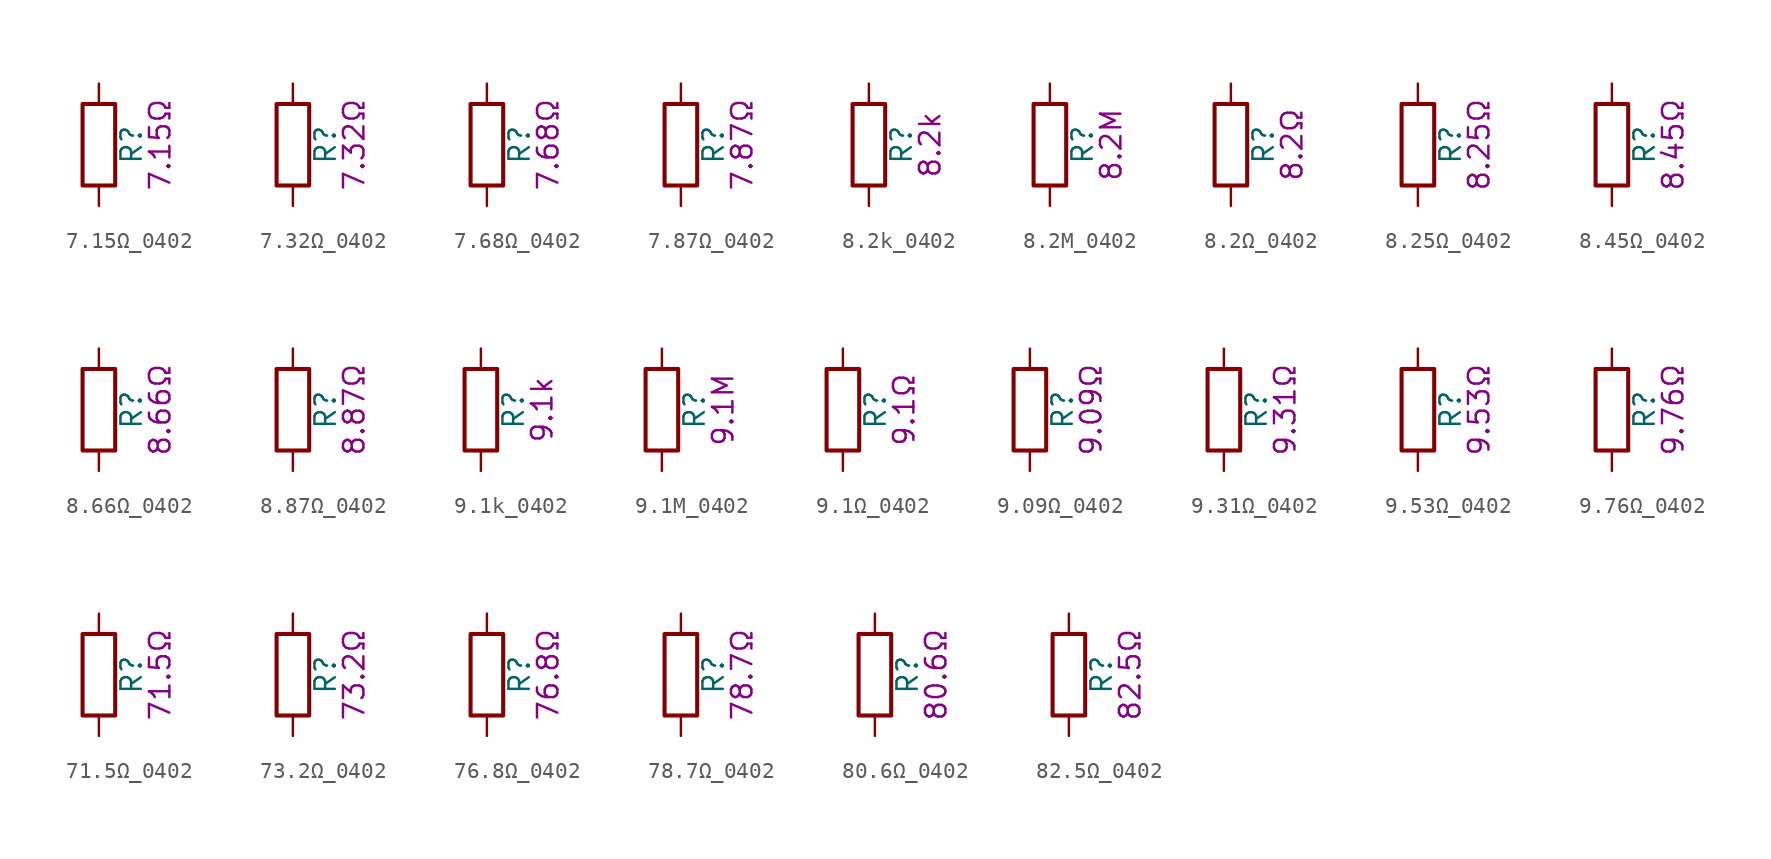
<source format=kicad_sym>
(kicad_symbol_lib
  (version 20211014)
  (generator kicad_symbol_editor)
  (symbol "7.15Ω_0402"
    (pin_numbers hide)
    (pin_names
      (offset 0))
    (property "Reference" "R"
      (at 2.032 0 90)
      (effects (font (size 1.27 1.27))))
    (property "Display" "7.15Ω"
      (at 3.81 0 90)
      (effects (font (size 1.27 1.27))))
    (symbol "7.15Ω_0402_0_1"
      (rectangle (start -1.016 -2.54) (end 1.016 2.54) (stroke (width 0.254) (type default) (color 0 0 0 0)) (fill (type none))))
    (symbol "7.15Ω_0402_1_1"
      (pin passive line (at 0 3.81 270) (length 1.27) (name "~" (effects (font (size 1.27 1.27)))) (number "1" (effects (font (size 1.27 1.27)))))
      (pin passive line (at 0 -3.81 90) (length 1.27) (name "~" (effects (font (size 1.27 1.27)))) (number "2" (effects (font (size 1.27 1.27)))))))
  (symbol "7.32Ω_0402"
    (pin_numbers hide)
    (pin_names
      (offset 0))
    (property "Reference" "R"
      (at 2.032 0 90)
      (effects (font (size 1.27 1.27))))
    (property "Display" "7.32Ω"
      (at 3.81 0 90)
      (effects (font (size 1.27 1.27))))
    (symbol "7.32Ω_0402_0_1"
      (rectangle (start -1.016 -2.54) (end 1.016 2.54) (stroke (width 0.254) (type default) (color 0 0 0 0)) (fill (type none))))
    (symbol "7.32Ω_0402_1_1"
      (pin passive line (at 0 3.81 270) (length 1.27) (name "~" (effects (font (size 1.27 1.27)))) (number "1" (effects (font (size 1.27 1.27)))))
      (pin passive line (at 0 -3.81 90) (length 1.27) (name "~" (effects (font (size 1.27 1.27)))) (number "2" (effects (font (size 1.27 1.27)))))))
  (symbol "7.68Ω_0402"
    (pin_numbers hide)
    (pin_names
      (offset 0))
    (property "Reference" "R"
      (at 2.032 0 90)
      (effects (font (size 1.27 1.27))))
    (property "Display" "7.68Ω"
      (at 3.81 0 90)
      (effects (font (size 1.27 1.27))))
    (symbol "7.68Ω_0402_0_1"
      (rectangle (start -1.016 -2.54) (end 1.016 2.54) (stroke (width 0.254) (type default) (color 0 0 0 0)) (fill (type none))))
    (symbol "7.68Ω_0402_1_1"
      (pin passive line (at 0 3.81 270) (length 1.27) (name "~" (effects (font (size 1.27 1.27)))) (number "1" (effects (font (size 1.27 1.27)))))
      (pin passive line (at 0 -3.81 90) (length 1.27) (name "~" (effects (font (size 1.27 1.27)))) (number "2" (effects (font (size 1.27 1.27)))))))
  (symbol "7.87Ω_0402"
    (pin_numbers hide)
    (pin_names
      (offset 0))
    (property "Reference" "R"
      (at 2.032 0 90)
      (effects (font (size 1.27 1.27))))
    (property "Display" "7.87Ω"
      (at 3.81 0 90)
      (effects (font (size 1.27 1.27))))
    (symbol "7.87Ω_0402_0_1"
      (rectangle (start -1.016 -2.54) (end 1.016 2.54) (stroke (width 0.254) (type default) (color 0 0 0 0)) (fill (type none))))
    (symbol "7.87Ω_0402_1_1"
      (pin passive line (at 0 3.81 270) (length 1.27) (name "~" (effects (font (size 1.27 1.27)))) (number "1" (effects (font (size 1.27 1.27)))))
      (pin passive line (at 0 -3.81 90) (length 1.27) (name "~" (effects (font (size 1.27 1.27)))) (number "2" (effects (font (size 1.27 1.27)))))))
  (symbol "8.2k_0402"
    (pin_numbers hide)
    (pin_names
      (offset 0))
    (property "Reference" "R"
      (at 2.032 0 90)
      (effects (font (size 1.27 1.27))))
    (property "Display" "8.2k"
      (at 3.81 0 90)
      (effects (font (size 1.27 1.27))))
    (symbol "8.2k_0402_0_1"
      (rectangle (start -1.016 -2.54) (end 1.016 2.54) (stroke (width 0.254) (type default) (color 0 0 0 0)) (fill (type none))))
    (symbol "8.2k_0402_1_1"
      (pin passive line (at 0 3.81 270) (length 1.27) (name "~" (effects (font (size 1.27 1.27)))) (number "1" (effects (font (size 1.27 1.27)))))
      (pin passive line (at 0 -3.81 90) (length 1.27) (name "~" (effects (font (size 1.27 1.27)))) (number "2" (effects (font (size 1.27 1.27)))))))
  (symbol "8.2M_0402"
    (pin_numbers hide)
    (pin_names
      (offset 0))
    (property "Reference" "R"
      (at 2.032 0 90)
      (effects (font (size 1.27 1.27))))
    (property "Display" "8.2M"
      (at 3.81 0 90)
      (effects (font (size 1.27 1.27))))
    (symbol "8.2M_0402_0_1"
      (rectangle (start -1.016 -2.54) (end 1.016 2.54) (stroke (width 0.254) (type default) (color 0 0 0 0)) (fill (type none))))
    (symbol "8.2M_0402_1_1"
      (pin passive line (at 0 3.81 270) (length 1.27) (name "~" (effects (font (size 1.27 1.27)))) (number "1" (effects (font (size 1.27 1.27)))))
      (pin passive line (at 0 -3.81 90) (length 1.27) (name "~" (effects (font (size 1.27 1.27)))) (number "2" (effects (font (size 1.27 1.27)))))))
  (symbol "8.2Ω_0402"
    (pin_numbers hide)
    (pin_names
      (offset 0))
    (property "Reference" "R"
      (at 2.032 0 90)
      (effects (font (size 1.27 1.27))))
    (property "Display" "8.2Ω"
      (at 3.81 0 90)
      (effects (font (size 1.27 1.27))))
    (symbol "8.2Ω_0402_0_1"
      (rectangle (start -1.016 -2.54) (end 1.016 2.54) (stroke (width 0.254) (type default) (color 0 0 0 0)) (fill (type none))))
    (symbol "8.2Ω_0402_1_1"
      (pin passive line (at 0 3.81 270) (length 1.27) (name "~" (effects (font (size 1.27 1.27)))) (number "1" (effects (font (size 1.27 1.27)))))
      (pin passive line (at 0 -3.81 90) (length 1.27) (name "~" (effects (font (size 1.27 1.27)))) (number "2" (effects (font (size 1.27 1.27)))))))
  (symbol "8.25Ω_0402"
    (pin_numbers hide)
    (pin_names
      (offset 0))
    (property "Reference" "R"
      (at 2.032 0 90)
      (effects (font (size 1.27 1.27))))
    (property "Display" "8.25Ω"
      (at 3.81 0 90)
      (effects (font (size 1.27 1.27))))
    (symbol "8.25Ω_0402_0_1"
      (rectangle (start -1.016 -2.54) (end 1.016 2.54) (stroke (width 0.254) (type default) (color 0 0 0 0)) (fill (type none))))
    (symbol "8.25Ω_0402_1_1"
      (pin passive line (at 0 3.81 270) (length 1.27) (name "~" (effects (font (size 1.27 1.27)))) (number "1" (effects (font (size 1.27 1.27)))))
      (pin passive line (at 0 -3.81 90) (length 1.27) (name "~" (effects (font (size 1.27 1.27)))) (number "2" (effects (font (size 1.27 1.27)))))))
  (symbol "8.45Ω_0402"
    (pin_numbers hide)
    (pin_names
      (offset 0))
    (property "Reference" "R"
      (at 2.032 0 90)
      (effects (font (size 1.27 1.27))))
    (property "Display" "8.45Ω"
      (at 3.81 0 90)
      (effects (font (size 1.27 1.27))))
    (symbol "8.45Ω_0402_0_1"
      (rectangle (start -1.016 -2.54) (end 1.016 2.54) (stroke (width 0.254) (type default) (color 0 0 0 0)) (fill (type none))))
    (symbol "8.45Ω_0402_1_1"
      (pin passive line (at 0 3.81 270) (length 1.27) (name "~" (effects (font (size 1.27 1.27)))) (number "1" (effects (font (size 1.27 1.27)))))
      (pin passive line (at 0 -3.81 90) (length 1.27) (name "~" (effects (font (size 1.27 1.27)))) (number "2" (effects (font (size 1.27 1.27)))))))
  (symbol "8.66Ω_0402"
    (pin_numbers hide)
    (pin_names
      (offset 0))
    (property "Reference" "R"
      (at 2.032 0 90)
      (effects (font (size 1.27 1.27))))
    (property "Display" "8.66Ω"
      (at 3.81 0 90)
      (effects (font (size 1.27 1.27))))
    (symbol "8.66Ω_0402_0_1"
      (rectangle (start -1.016 -2.54) (end 1.016 2.54) (stroke (width 0.254) (type default) (color 0 0 0 0)) (fill (type none))))
    (symbol "8.66Ω_0402_1_1"
      (pin passive line (at 0 3.81 270) (length 1.27) (name "~" (effects (font (size 1.27 1.27)))) (number "1" (effects (font (size 1.27 1.27)))))
      (pin passive line (at 0 -3.81 90) (length 1.27) (name "~" (effects (font (size 1.27 1.27)))) (number "2" (effects (font (size 1.27 1.27)))))))
  (symbol "8.87Ω_0402"
    (pin_numbers hide)
    (pin_names
      (offset 0))
    (property "Reference" "R"
      (at 2.032 0 90)
      (effects (font (size 1.27 1.27))))
    (property "Display" "8.87Ω"
      (at 3.81 0 90)
      (effects (font (size 1.27 1.27))))
    (symbol "8.87Ω_0402_0_1"
      (rectangle (start -1.016 -2.54) (end 1.016 2.54) (stroke (width 0.254) (type default) (color 0 0 0 0)) (fill (type none))))
    (symbol "8.87Ω_0402_1_1"
      (pin passive line (at 0 3.81 270) (length 1.27) (name "~" (effects (font (size 1.27 1.27)))) (number "1" (effects (font (size 1.27 1.27)))))
      (pin passive line (at 0 -3.81 90) (length 1.27) (name "~" (effects (font (size 1.27 1.27)))) (number "2" (effects (font (size 1.27 1.27)))))))
  (symbol "9.1k_0402"
    (pin_numbers hide)
    (pin_names
      (offset 0))
    (property "Reference" "R"
      (at 2.032 0 90)
      (effects (font (size 1.27 1.27))))
    (property "Display" "9.1k"
      (at 3.81 0 90)
      (effects (font (size 1.27 1.27))))
    (symbol "9.1k_0402_0_1"
      (rectangle (start -1.016 -2.54) (end 1.016 2.54) (stroke (width 0.254) (type default) (color 0 0 0 0)) (fill (type none))))
    (symbol "9.1k_0402_1_1"
      (pin passive line (at 0 3.81 270) (length 1.27) (name "~" (effects (font (size 1.27 1.27)))) (number "1" (effects (font (size 1.27 1.27)))))
      (pin passive line (at 0 -3.81 90) (length 1.27) (name "~" (effects (font (size 1.27 1.27)))) (number "2" (effects (font (size 1.27 1.27)))))))
  (symbol "9.1M_0402"
    (pin_numbers hide)
    (pin_names
      (offset 0))
    (property "Reference" "R"
      (at 2.032 0 90)
      (effects (font (size 1.27 1.27))))
    (property "Display" "9.1M"
      (at 3.81 0 90)
      (effects (font (size 1.27 1.27))))
    (symbol "9.1M_0402_0_1"
      (rectangle (start -1.016 -2.54) (end 1.016 2.54) (stroke (width 0.254) (type default) (color 0 0 0 0)) (fill (type none))))
    (symbol "9.1M_0402_1_1"
      (pin passive line (at 0 3.81 270) (length 1.27) (name "~" (effects (font (size 1.27 1.27)))) (number "1" (effects (font (size 1.27 1.27)))))
      (pin passive line (at 0 -3.81 90) (length 1.27) (name "~" (effects (font (size 1.27 1.27)))) (number "2" (effects (font (size 1.27 1.27)))))))
  (symbol "9.1Ω_0402"
    (pin_numbers hide)
    (pin_names
      (offset 0))
    (property "Reference" "R"
      (at 2.032 0 90)
      (effects (font (size 1.27 1.27))))
    (property "Display" "9.1Ω"
      (at 3.81 0 90)
      (effects (font (size 1.27 1.27))))
    (symbol "9.1Ω_0402_0_1"
      (rectangle (start -1.016 -2.54) (end 1.016 2.54) (stroke (width 0.254) (type default) (color 0 0 0 0)) (fill (type none))))
    (symbol "9.1Ω_0402_1_1"
      (pin passive line (at 0 3.81 270) (length 1.27) (name "~" (effects (font (size 1.27 1.27)))) (number "1" (effects (font (size 1.27 1.27)))))
      (pin passive line (at 0 -3.81 90) (length 1.27) (name "~" (effects (font (size 1.27 1.27)))) (number "2" (effects (font (size 1.27 1.27)))))))
  (symbol "9.09Ω_0402"
    (pin_numbers hide)
    (pin_names
      (offset 0))
    (property "Reference" "R"
      (at 2.032 0 90)
      (effects (font (size 1.27 1.27))))
    (property "Display" "9.09Ω"
      (at 3.81 0 90)
      (effects (font (size 1.27 1.27))))
    (symbol "9.09Ω_0402_0_1"
      (rectangle (start -1.016 -2.54) (end 1.016 2.54) (stroke (width 0.254) (type default) (color 0 0 0 0)) (fill (type none))))
    (symbol "9.09Ω_0402_1_1"
      (pin passive line (at 0 3.81 270) (length 1.27) (name "~" (effects (font (size 1.27 1.27)))) (number "1" (effects (font (size 1.27 1.27)))))
      (pin passive line (at 0 -3.81 90) (length 1.27) (name "~" (effects (font (size 1.27 1.27)))) (number "2" (effects (font (size 1.27 1.27)))))))
  (symbol "9.31Ω_0402"
    (pin_numbers hide)
    (pin_names
      (offset 0))
    (property "Reference" "R"
      (at 2.032 0 90)
      (effects (font (size 1.27 1.27))))
    (property "Display" "9.31Ω"
      (at 3.81 0 90)
      (effects (font (size 1.27 1.27))))
    (symbol "9.31Ω_0402_0_1"
      (rectangle (start -1.016 -2.54) (end 1.016 2.54) (stroke (width 0.254) (type default) (color 0 0 0 0)) (fill (type none))))
    (symbol "9.31Ω_0402_1_1"
      (pin passive line (at 0 3.81 270) (length 1.27) (name "~" (effects (font (size 1.27 1.27)))) (number "1" (effects (font (size 1.27 1.27)))))
      (pin passive line (at 0 -3.81 90) (length 1.27) (name "~" (effects (font (size 1.27 1.27)))) (number "2" (effects (font (size 1.27 1.27)))))))
  (symbol "9.53Ω_0402"
    (pin_numbers hide)
    (pin_names
      (offset 0))
    (property "Reference" "R"
      (at 2.032 0 90)
      (effects (font (size 1.27 1.27))))
    (property "Display" "9.53Ω"
      (at 3.81 0 90)
      (effects (font (size 1.27 1.27))))
    (symbol "9.53Ω_0402_0_1"
      (rectangle (start -1.016 -2.54) (end 1.016 2.54) (stroke (width 0.254) (type default) (color 0 0 0 0)) (fill (type none))))
    (symbol "9.53Ω_0402_1_1"
      (pin passive line (at 0 3.81 270) (length 1.27) (name "~" (effects (font (size 1.27 1.27)))) (number "1" (effects (font (size 1.27 1.27)))))
      (pin passive line (at 0 -3.81 90) (length 1.27) (name "~" (effects (font (size 1.27 1.27)))) (number "2" (effects (font (size 1.27 1.27)))))))
  (symbol "9.76Ω_0402"
    (pin_numbers hide)
    (pin_names
      (offset 0))
    (property "Reference" "R"
      (at 2.032 0 90)
      (effects (font (size 1.27 1.27))))
    (property "Display" "9.76Ω"
      (at 3.81 0 90)
      (effects (font (size 1.27 1.27))))
    (symbol "9.76Ω_0402_0_1"
      (rectangle (start -1.016 -2.54) (end 1.016 2.54) (stroke (width 0.254) (type default) (color 0 0 0 0)) (fill (type none))))
    (symbol "9.76Ω_0402_1_1"
      (pin passive line (at 0 3.81 270) (length 1.27) (name "~" (effects (font (size 1.27 1.27)))) (number "1" (effects (font (size 1.27 1.27)))))
      (pin passive line (at 0 -3.81 90) (length 1.27) (name "~" (effects (font (size 1.27 1.27)))) (number "2" (effects (font (size 1.27 1.27)))))))
  (symbol "71.5Ω_0402"
    (pin_numbers hide)
    (pin_names
      (offset 0))
    (property "Reference" "R"
      (at 2.032 0 90)
      (effects (font (size 1.27 1.27))))
    (property "Display" "71.5Ω"
      (at 3.81 0 90)
      (effects (font (size 1.27 1.27))))
    (symbol "71.5Ω_0402_0_1"
      (rectangle (start -1.016 -2.54) (end 1.016 2.54) (stroke (width 0.254) (type default) (color 0 0 0 0)) (fill (type none))))
    (symbol "71.5Ω_0402_1_1"
      (pin passive line (at 0 3.81 270) (length 1.27) (name "~" (effects (font (size 1.27 1.27)))) (number "1" (effects (font (size 1.27 1.27)))))
      (pin passive line (at 0 -3.81 90) (length 1.27) (name "~" (effects (font (size 1.27 1.27)))) (number "2" (effects (font (size 1.27 1.27)))))))
  (symbol "73.2Ω_0402"
    (pin_numbers hide)
    (pin_names
      (offset 0))
    (property "Reference" "R"
      (at 2.032 0 90)
      (effects (font (size 1.27 1.27))))
    (property "Display" "73.2Ω"
      (at 3.81 0 90)
      (effects (font (size 1.27 1.27))))
    (symbol "73.2Ω_0402_0_1"
      (rectangle (start -1.016 -2.54) (end 1.016 2.54) (stroke (width 0.254) (type default) (color 0 0 0 0)) (fill (type none))))
    (symbol "73.2Ω_0402_1_1"
      (pin passive line (at 0 3.81 270) (length 1.27) (name "~" (effects (font (size 1.27 1.27)))) (number "1" (effects (font (size 1.27 1.27)))))
      (pin passive line (at 0 -3.81 90) (length 1.27) (name "~" (effects (font (size 1.27 1.27)))) (number "2" (effects (font (size 1.27 1.27)))))))
  (symbol "76.8Ω_0402"
    (pin_numbers hide)
    (pin_names
      (offset 0))
    (property "Reference" "R"
      (at 2.032 0 90)
      (effects (font (size 1.27 1.27))))
    (property "Display" "76.8Ω"
      (at 3.81 0 90)
      (effects (font (size 1.27 1.27))))
    (symbol "76.8Ω_0402_0_1"
      (rectangle (start -1.016 -2.54) (end 1.016 2.54) (stroke (width 0.254) (type default) (color 0 0 0 0)) (fill (type none))))
    (symbol "76.8Ω_0402_1_1"
      (pin passive line (at 0 3.81 270) (length 1.27) (name "~" (effects (font (size 1.27 1.27)))) (number "1" (effects (font (size 1.27 1.27)))))
      (pin passive line (at 0 -3.81 90) (length 1.27) (name "~" (effects (font (size 1.27 1.27)))) (number "2" (effects (font (size 1.27 1.27)))))))
  (symbol "78.7Ω_0402"
    (pin_numbers hide)
    (pin_names
      (offset 0))
    (property "Reference" "R"
      (at 2.032 0 90)
      (effects (font (size 1.27 1.27))))
    (property "Display" "78.7Ω"
      (at 3.81 0 90)
      (effects (font (size 1.27 1.27))))
    (symbol "78.7Ω_0402_0_1"
      (rectangle (start -1.016 -2.54) (end 1.016 2.54) (stroke (width 0.254) (type default) (color 0 0 0 0)) (fill (type none))))
    (symbol "78.7Ω_0402_1_1"
      (pin passive line (at 0 3.81 270) (length 1.27) (name "~" (effects (font (size 1.27 1.27)))) (number "1" (effects (font (size 1.27 1.27)))))
      (pin passive line (at 0 -3.81 90) (length 1.27) (name "~" (effects (font (size 1.27 1.27)))) (number "2" (effects (font (size 1.27 1.27)))))))
  (symbol "80.6Ω_0402"
    (pin_numbers hide)
    (pin_names
      (offset 0))
    (property "Reference" "R"
      (at 2.032 0 90)
      (effects (font (size 1.27 1.27))))
    (property "Display" "80.6Ω"
      (at 3.81 0 90)
      (effects (font (size 1.27 1.27))))
    (symbol "80.6Ω_0402_0_1"
      (rectangle (start -1.016 -2.54) (end 1.016 2.54) (stroke (width 0.254) (type default) (color 0 0 0 0)) (fill (type none))))
    (symbol "80.6Ω_0402_1_1"
      (pin passive line (at 0 3.81 270) (length 1.27) (name "~" (effects (font (size 1.27 1.27)))) (number "1" (effects (font (size 1.27 1.27)))))
      (pin passive line (at 0 -3.81 90) (length 1.27) (name "~" (effects (font (size 1.27 1.27)))) (number "2" (effects (font (size 1.27 1.27)))))))
  (symbol "82.5Ω_0402"
    (pin_numbers hide)
    (pin_names
      (offset 0))
    (property "Reference" "R"
      (at 2.032 0 90)
      (effects (font (size 1.27 1.27))))
    (property "Display" "82.5Ω"
      (at 3.81 0 90)
      (effects (font (size 1.27 1.27))))
    (symbol "82.5Ω_0402_0_1"
      (rectangle (start -1.016 -2.54) (end 1.016 2.54) (stroke (width 0.254) (type default) (color 0 0 0 0)) (fill (type none))))
    (symbol "82.5Ω_0402_1_1"
      (pin passive line (at 0 3.81 270) (length 1.27) (name "~" (effects (font (size 1.27 1.27)))) (number "1" (effects (font (size 1.27 1.27)))))
      (pin passive line (at 0 -3.81 90) (length 1.27) (name "~" (effects (font (size 1.27 1.27)))) (number "2" (effects (font (size 1.27 1.27))))))))
</source>
